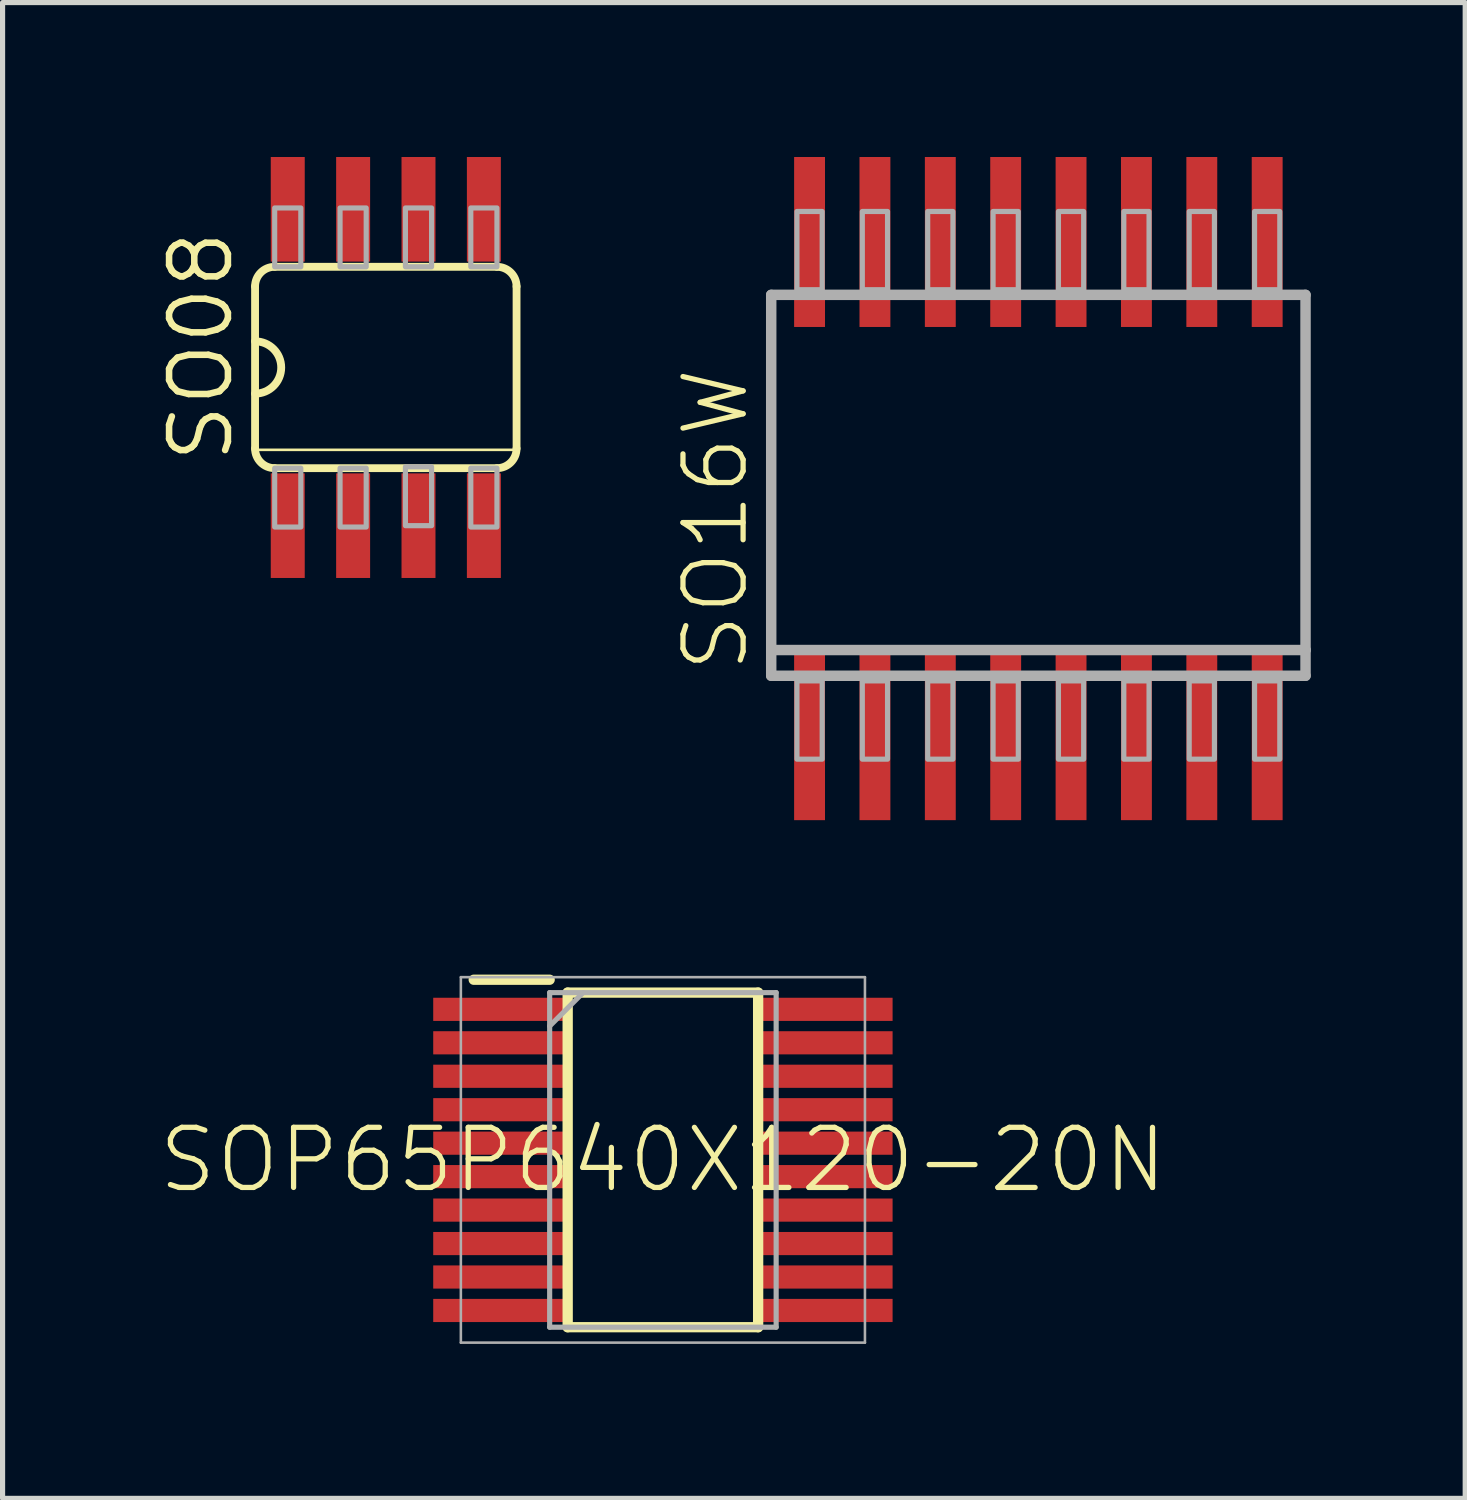
<source format=kicad_pcb>
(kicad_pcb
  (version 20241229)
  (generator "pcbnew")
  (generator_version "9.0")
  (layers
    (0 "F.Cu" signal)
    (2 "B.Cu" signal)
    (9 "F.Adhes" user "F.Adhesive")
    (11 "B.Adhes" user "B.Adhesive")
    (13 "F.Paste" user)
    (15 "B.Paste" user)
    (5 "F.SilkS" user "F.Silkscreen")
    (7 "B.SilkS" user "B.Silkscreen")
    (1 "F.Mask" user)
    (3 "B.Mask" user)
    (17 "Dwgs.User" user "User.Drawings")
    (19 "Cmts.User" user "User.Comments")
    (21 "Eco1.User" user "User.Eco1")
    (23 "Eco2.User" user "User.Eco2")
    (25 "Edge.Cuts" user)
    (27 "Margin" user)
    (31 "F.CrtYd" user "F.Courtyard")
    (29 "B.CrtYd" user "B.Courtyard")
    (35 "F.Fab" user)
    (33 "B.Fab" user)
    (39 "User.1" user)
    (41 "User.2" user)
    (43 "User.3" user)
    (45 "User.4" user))
  (footprint "SO08"
    (layer "F.Cu")
    (at 4.445 4.089)
    (property "Reference" "SO08" (at -2.921 1.905 90) (layer "F.SilkS") (effects (font (size 1.143 1.143) (thickness 0.127)) (justify left bottom)))
    (fp_line (start -2.54 -1.575) (end -2.54 1.575) (stroke (width 0.152) (type solid)) (layer "F.SilkS"))
    (fp_line (start -2.54 1.6) (end 2.54 1.6) (stroke (width 0.051) (type solid)) (layer "F.SilkS"))
    (fp_line (start -2.159 1.956) (end 2.159 1.956) (stroke (width 0.152) (type solid)) (layer "F.SilkS"))
    (fp_line (start 2.159 -1.956) (end -2.159 -1.956) (stroke (width 0.152) (type solid)) (layer "F.SilkS"))
    (fp_line (start 2.54 1.575) (end 2.54 -1.575) (stroke (width 0.152) (type solid)) (layer "F.SilkS"))
    (fp_arc (start -2.54 -1.5748) (mid -2.428408 -1.844208) (end -2.159 -1.9558) (stroke (width 0.1524) (type solid)) (layer "F.SilkS"))
    (fp_arc (start -2.54 -0.508) (mid -2.032 0) (end -2.54 0.508) (stroke (width 0.1524) (type solid)) (layer "F.SilkS"))
    (fp_arc (start -2.159 1.9558) (mid -2.428408 1.844208) (end -2.54 1.5748) (stroke (width 0.1524) (type solid)) (layer "F.SilkS"))
    (fp_arc (start 2.159 -1.9558) (mid 2.428408 -1.844208) (end 2.54 -1.5748) (stroke (width 0.1524) (type solid)) (layer "F.SilkS"))
    (fp_arc (start 2.54 1.5748) (mid 2.428408 1.844208) (end 2.159 1.9558) (stroke (width 0.1524) (type solid)) (layer "F.SilkS"))
    (fp_poly (pts (xy -2.159 -1.956) (xy -1.651 -1.956) (xy -1.651 -3.099) (xy -2.159 -3.099)) (stroke (width 0.1) (type solid)) (fill no) (layer "F.Fab"))
    (fp_poly (pts (xy -2.159 3.099) (xy -1.651 3.099) (xy -1.651 1.956) (xy -2.159 1.956)) (stroke (width 0.1) (type solid)) (fill no) (layer "F.Fab"))
    (fp_poly (pts (xy -0.889 -1.956) (xy -0.381 -1.956) (xy -0.381 -3.099) (xy -0.889 -3.099)) (stroke (width 0.1) (type solid)) (fill no) (layer "F.Fab"))
    (fp_poly (pts (xy -0.889 3.099) (xy -0.381 3.099) (xy -0.381 1.956) (xy -0.889 1.956)) (stroke (width 0.1) (type solid)) (fill no) (layer "F.Fab"))
    (fp_poly (pts (xy 0.381 -1.956) (xy 0.889 -1.956) (xy 0.889 -3.099) (xy 0.381 -3.099)) (stroke (width 0.1) (type solid)) (fill no) (layer "F.Fab"))
    (fp_poly (pts (xy 0.381 3.073) (xy 0.889 3.073) (xy 0.889 1.93) (xy 0.381 1.93)) (stroke (width 0.1) (type solid)) (fill no) (layer "F.Fab"))
    (fp_poly (pts (xy 1.651 -1.956) (xy 2.159 -1.956) (xy 2.159 -3.099) (xy 1.651 -3.099)) (stroke (width 0.1) (type solid)) (fill no) (layer "F.Fab"))
    (fp_poly (pts (xy 1.651 3.099) (xy 2.159 3.099) (xy 2.159 1.956) (xy 1.651 1.956)) (stroke (width 0.1) (type solid)) (fill no) (layer "F.Fab"))
    (pad "1" smd rect (at -1.905 3.073) (size 0.66 2.032) (layers "F.Cu" "F.Mask" "F.Paste"))
    (pad "2" smd rect (at -0.635 3.073) (size 0.66 2.032) (layers "F.Cu" "F.Mask" "F.Paste"))
    (pad "3" smd rect (at 0.635 3.073) (size 0.66 2.032) (layers "F.Cu" "F.Mask" "F.Paste"))
    (pad "4" smd rect (at 1.905 3.073) (size 0.66 2.032) (layers "F.Cu" "F.Mask" "F.Paste"))
    (pad "5" smd rect (at 1.905 -3.073) (size 0.66 2.032) (layers "F.Cu" "F.Mask" "F.Paste"))
    (pad "6" smd rect (at 0.635 -3.073) (size 0.66 2.032) (layers "F.Cu" "F.Mask" "F.Paste"))
    (pad "7" smd rect (at -0.635 -3.073) (size 0.66 2.032) (layers "F.Cu" "F.Mask" "F.Paste"))
    (pad "8" smd rect (at -1.905 -3.073) (size 0.66 2.032) (layers "F.Cu" "F.Mask" "F.Paste")))
  (footprint "SOP65P640X120-20N"
    (layer "F.Cu")
    (at 9.828 19.483)
    (property "Reference" "SOP65P640X120-20N" (at 0 0 0) (layer "F.SilkS") (effects (font (size 1.168 1.168) (thickness 0.102))))
    (fp_line (start -3.675 -3.5) (end -2.2 -3.5) (stroke (width 0.2) (type solid)) (layer "F.SilkS"))
    (fp_line (start -1.85 -3.25) (end 1.85 -3.25) (stroke (width 0.2) (type solid)) (layer "F.SilkS"))
    (fp_line (start -1.85 3.25) (end -1.85 -3.25) (stroke (width 0.2) (type solid)) (layer "F.SilkS"))
    (fp_line (start 1.85 -3.25) (end 1.85 3.25) (stroke (width 0.2) (type solid)) (layer "F.SilkS"))
    (fp_line (start 1.85 3.25) (end -1.85 3.25) (stroke (width 0.2) (type solid)) (layer "F.SilkS"))
    (fp_line (start -3.925 -3.55) (end 3.925 -3.55) (stroke (width 0.05) (type solid)) (layer "F.Fab"))
    (fp_line (start -3.925 3.55) (end -3.925 -3.55) (stroke (width 0.05) (type solid)) (layer "F.Fab"))
    (fp_line (start -2.2 -3.25) (end 2.2 -3.25) (stroke (width 0.1) (type solid)) (layer "F.Fab"))
    (fp_line (start -2.2 -2.6) (end -1.55 -3.25) (stroke (width 0.1) (type solid)) (layer "F.Fab"))
    (fp_line (start -2.2 3.25) (end -2.2 -3.25) (stroke (width 0.1) (type solid)) (layer "F.Fab"))
    (fp_line (start 2.2 -3.25) (end 2.2 3.25) (stroke (width 0.1) (type solid)) (layer "F.Fab"))
    (fp_line (start 2.2 3.25) (end -2.2 3.25) (stroke (width 0.1) (type solid)) (layer "F.Fab"))
    (fp_line (start 3.925 -3.55) (end 3.925 3.55) (stroke (width 0.05) (type solid)) (layer "F.Fab"))
    (fp_line (start 3.925 3.55) (end -3.925 3.55) (stroke (width 0.05) (type solid)) (layer "F.Fab"))
    (pad "1" smd rect (at -3.192 -2.925) (size 2.54 0.45) (layers "F.Cu" "F.Mask" "F.Paste"))
    (pad "2" smd rect (at -3.192 -2.275) (size 2.54 0.45) (layers "F.Cu" "F.Mask" "F.Paste"))
    (pad "3" smd rect (at -3.192 -1.625) (size 2.54 0.45) (layers "F.Cu" "F.Mask" "F.Paste"))
    (pad "4" smd rect (at -3.192 -0.975) (size 2.54 0.45) (layers "F.Cu" "F.Mask" "F.Paste"))
    (pad "5" smd rect (at -3.192 -0.325) (size 2.54 0.45) (layers "F.Cu" "F.Mask" "F.Paste"))
    (pad "6" smd rect (at -3.192 0.325) (size 2.54 0.45) (layers "F.Cu" "F.Mask" "F.Paste"))
    (pad "7" smd rect (at -3.192 0.975) (size 2.54 0.45) (layers "F.Cu" "F.Mask" "F.Paste"))
    (pad "8" smd rect (at -3.192 1.625) (size 2.54 0.45) (layers "F.Cu" "F.Mask" "F.Paste"))
    (pad "9" smd rect (at -3.192 2.275) (size 2.54 0.45) (layers "F.Cu" "F.Mask" "F.Paste"))
    (pad "10" smd rect (at -3.192 2.925) (size 2.54 0.45) (layers "F.Cu" "F.Mask" "F.Paste"))
    (pad "11" smd rect (at 3.192 2.925) (size 2.54 0.45) (layers "F.Cu" "F.Mask" "F.Paste"))
    (pad "12" smd rect (at 3.192 2.275) (size 2.54 0.45) (layers "F.Cu" "F.Mask" "F.Paste"))
    (pad "13" smd rect (at 3.192 1.625) (size 2.54 0.45) (layers "F.Cu" "F.Mask" "F.Paste"))
    (pad "14" smd rect (at 3.192 0.975) (size 2.54 0.45) (layers "F.Cu" "F.Mask" "F.Paste"))
    (pad "15" smd rect (at 3.192 0.325) (size 2.54 0.45) (layers "F.Cu" "F.Mask" "F.Paste"))
    (pad "16" smd rect (at 3.192 -0.325) (size 2.54 0.45) (layers "F.Cu" "F.Mask" "F.Paste"))
    (pad "17" smd rect (at 3.192 -0.975) (size 2.54 0.45) (layers "F.Cu" "F.Mask" "F.Paste"))
    (pad "18" smd rect (at 3.192 -1.625) (size 2.54 0.45) (layers "F.Cu" "F.Mask" "F.Paste"))
    (pad "19" smd rect (at 3.192 -2.275) (size 2.54 0.45) (layers "F.Cu" "F.Mask" "F.Paste"))
    (pad "20" smd rect (at 3.192 -2.925) (size 2.54 0.45) (layers "F.Cu" "F.Mask" "F.Paste")))
  (footprint "SO16W"
    (layer "F.Cu")
    (at 17.122 6.378)
    (property "Reference" "SO16W" (at -5.588 3.683 90) (layer "F.SilkS") (effects (font (size 1.168 1.168) (thickness 0.102)) (justify left bottom)))
    (fp_line (start -5.19 -3.7) (end 5.19 -3.7) (stroke (width 0.203) (type solid)) (layer "F.Fab"))
    (fp_line (start -5.19 3.2) (end -5.19 -3.7) (stroke (width 0.203) (type solid)) (layer "F.Fab"))
    (fp_line (start -5.19 3.7) (end -5.19 3.2) (stroke (width 0.203) (type solid)) (layer "F.Fab"))
    (fp_line (start 5.19 -3.7) (end 5.19 3.2) (stroke (width 0.203) (type solid)) (layer "F.Fab"))
    (fp_line (start 5.19 3.2) (end -5.19 3.2) (stroke (width 0.203) (type solid)) (layer "F.Fab"))
    (fp_line (start 5.19 3.2) (end 5.19 3.7) (stroke (width 0.203) (type solid)) (layer "F.Fab"))
    (fp_line (start 5.19 3.7) (end -5.19 3.7) (stroke (width 0.203) (type solid)) (layer "F.Fab"))
    (fp_poly (pts (xy -4.69 -3.8) (xy -4.2 -3.8) (xy -4.2 -5.32) (xy -4.69 -5.32)) (stroke (width 0.1) (type solid)) (fill no) (layer "F.Fab"))
    (fp_poly (pts (xy -4.69 5.32) (xy -4.2 5.32) (xy -4.2 3.8) (xy -4.69 3.8)) (stroke (width 0.1) (type solid)) (fill no) (layer "F.Fab"))
    (fp_poly (pts (xy -3.42 -3.8) (xy -2.93 -3.8) (xy -2.93 -5.32) (xy -3.42 -5.32)) (stroke (width 0.1) (type solid)) (fill no) (layer "F.Fab"))
    (fp_poly (pts (xy -3.42 5.32) (xy -2.93 5.32) (xy -2.93 3.8) (xy -3.42 3.8)) (stroke (width 0.1) (type solid)) (fill no) (layer "F.Fab"))
    (fp_poly (pts (xy -2.15 -3.8) (xy -1.66 -3.8) (xy -1.66 -5.32) (xy -2.15 -5.32)) (stroke (width 0.1) (type solid)) (fill no) (layer "F.Fab"))
    (fp_poly (pts (xy -2.15 5.32) (xy -1.66 5.32) (xy -1.66 3.8) (xy -2.15 3.8)) (stroke (width 0.1) (type solid)) (fill no) (layer "F.Fab"))
    (fp_poly (pts (xy -0.88 -3.8) (xy -0.39 -3.8) (xy -0.39 -5.32) (xy -0.88 -5.32)) (stroke (width 0.1) (type solid)) (fill no) (layer "F.Fab"))
    (fp_poly (pts (xy -0.88 5.32) (xy -0.39 5.32) (xy -0.39 3.8) (xy -0.88 3.8)) (stroke (width 0.1) (type solid)) (fill no) (layer "F.Fab"))
    (fp_poly (pts (xy 0.39 -3.8) (xy 0.88 -3.8) (xy 0.88 -5.32) (xy 0.39 -5.32)) (stroke (width 0.1) (type solid)) (fill no) (layer "F.Fab"))
    (fp_poly (pts (xy 0.39 5.32) (xy 0.88 5.32) (xy 0.88 3.8) (xy 0.39 3.8)) (stroke (width 0.1) (type solid)) (fill no) (layer "F.Fab"))
    (fp_poly (pts (xy 1.66 -3.8) (xy 2.15 -3.8) (xy 2.15 -5.32) (xy 1.66 -5.32)) (stroke (width 0.1) (type solid)) (fill no) (layer "F.Fab"))
    (fp_poly (pts (xy 1.66 5.32) (xy 2.15 5.32) (xy 2.15 3.8) (xy 1.66 3.8)) (stroke (width 0.1) (type solid)) (fill no) (layer "F.Fab"))
    (fp_poly (pts (xy 2.93 -3.8) (xy 3.42 -3.8) (xy 3.42 -5.32) (xy 2.93 -5.32)) (stroke (width 0.1) (type solid)) (fill no) (layer "F.Fab"))
    (fp_poly (pts (xy 2.93 5.32) (xy 3.42 5.32) (xy 3.42 3.8) (xy 2.93 3.8)) (stroke (width 0.1) (type solid)) (fill no) (layer "F.Fab"))
    (fp_poly (pts (xy 4.2 -3.8) (xy 4.69 -3.8) (xy 4.69 -5.32) (xy 4.2 -5.32)) (stroke (width 0.1) (type solid)) (fill no) (layer "F.Fab"))
    (fp_poly (pts (xy 4.2 5.32) (xy 4.69 5.32) (xy 4.69 3.8) (xy 4.2 3.8)) (stroke (width 0.1) (type solid)) (fill no) (layer "F.Fab"))
    (pad "1" smd rect (at -4.445 4.854) (size 0.6 3.302) (layers "F.Cu" "F.Mask" "F.Paste"))
    (pad "2" smd rect (at -3.175 4.854) (size 0.6 3.302) (layers "F.Cu" "F.Mask" "F.Paste"))
    (pad "3" smd rect (at -1.905 4.854) (size 0.6 3.302) (layers "F.Cu" "F.Mask" "F.Paste"))
    (pad "4" smd rect (at -0.635 4.854) (size 0.6 3.302) (layers "F.Cu" "F.Mask" "F.Paste"))
    (pad "5" smd rect (at 0.635 4.854) (size 0.6 3.302) (layers "F.Cu" "F.Mask" "F.Paste"))
    (pad "6" smd rect (at 1.905 4.854) (size 0.6 3.302) (layers "F.Cu" "F.Mask" "F.Paste"))
    (pad "7" smd rect (at 3.175 4.854) (size 0.6 3.302) (layers "F.Cu" "F.Mask" "F.Paste"))
    (pad "8" smd rect (at 4.445 4.854) (size 0.6 3.302) (layers "F.Cu" "F.Mask" "F.Paste"))
    (pad "9" smd rect (at 4.445 -4.727) (size 0.6 3.302) (layers "F.Cu" "F.Mask" "F.Paste"))
    (pad "10" smd rect (at 3.175 -4.727) (size 0.6 3.302) (layers "F.Cu" "F.Mask" "F.Paste"))
    (pad "11" smd rect (at 1.905 -4.727) (size 0.6 3.302) (layers "F.Cu" "F.Mask" "F.Paste"))
    (pad "12" smd rect (at 0.635 -4.727) (size 0.6 3.302) (layers "F.Cu" "F.Mask" "F.Paste"))
    (pad "13" smd rect (at -0.635 -4.727) (size 0.6 3.302) (layers "F.Cu" "F.Mask" "F.Paste"))
    (pad "14" smd rect (at -1.905 -4.727) (size 0.6 3.302) (layers "F.Cu" "F.Mask" "F.Paste"))
    (pad "15" smd rect (at -3.175 -4.727) (size 0.6 3.302) (layers "F.Cu" "F.Mask" "F.Paste"))
    (pad "16" smd rect (at -4.445 -4.727) (size 0.6 3.302) (layers "F.Cu" "F.Mask" "F.Paste")))
  (gr_rect
    (start -3 -3)
    (end 25.414 26.058)
    (stroke (width 0.1) (type default))
    (fill no)
    (layer "Edge.Cuts")))
</source>
